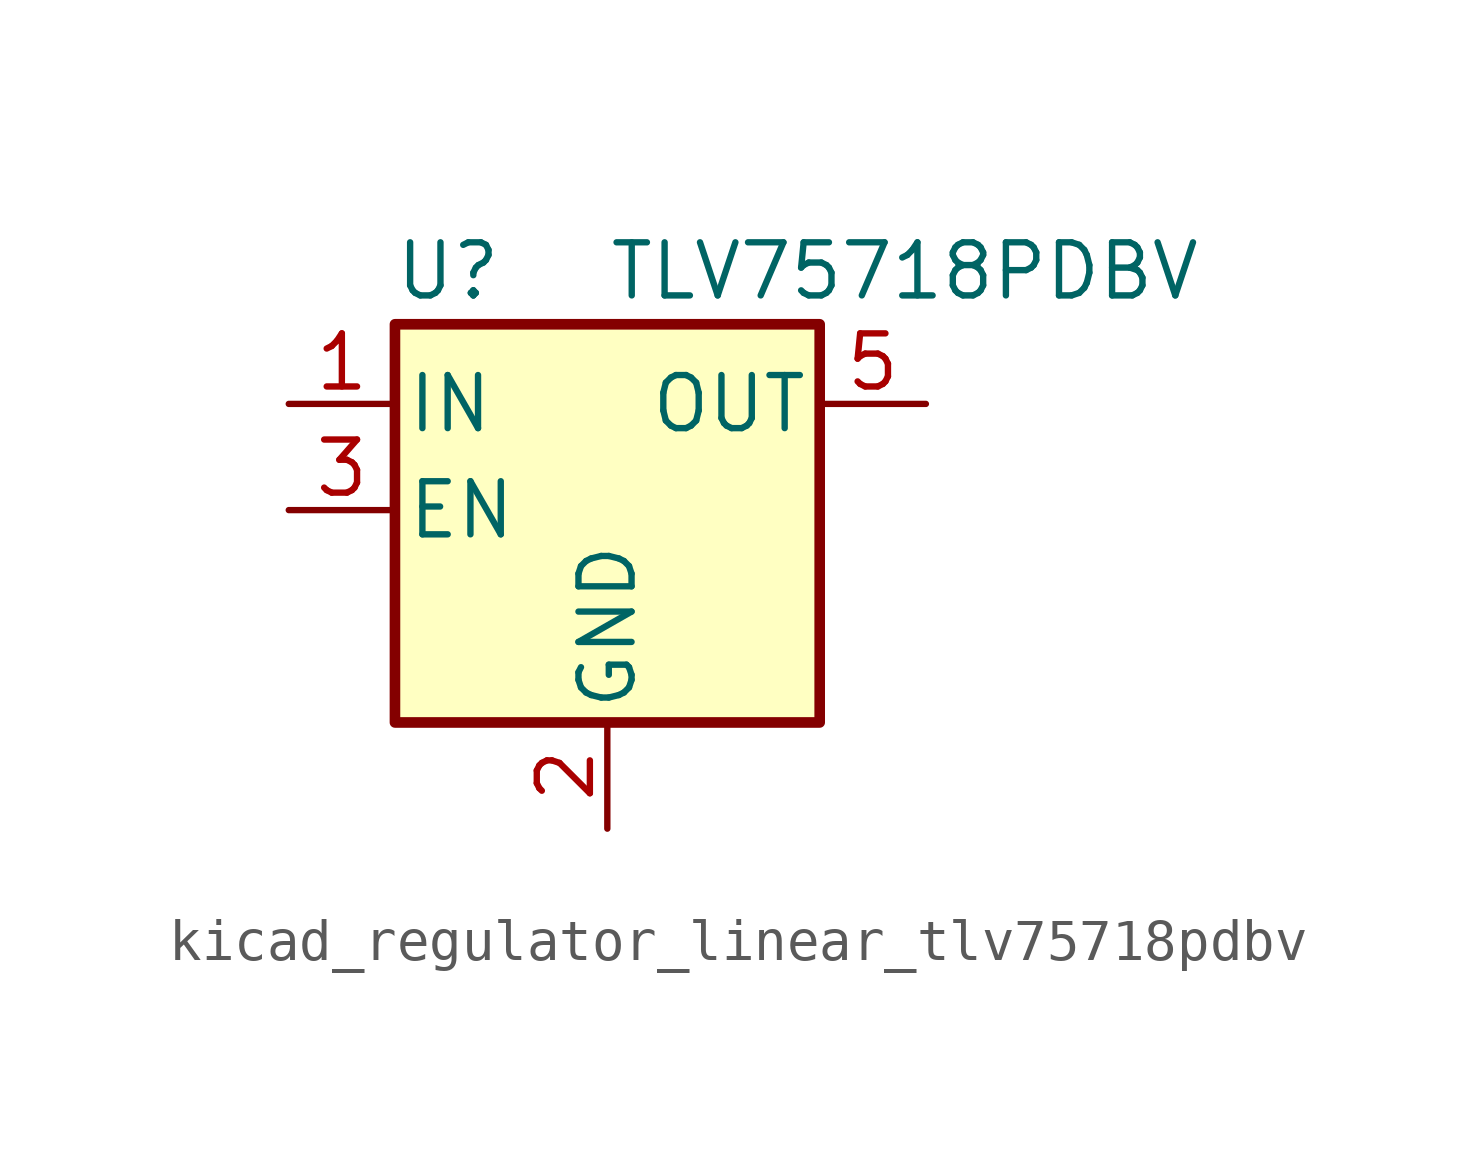
<source format=kicad_sym>
(kicad_symbol_lib
  (version 20220914)
  (generator kicad_symbol_editor)
  (symbol "kicad_regulator_linear_tlv75718pdbv"
    (pin_names
      (offset 0.254))
    (property "Reference" "U"
      (at -3.81 5.715 0)
      (effects (font (size 1.27 1.27))))
    (property "Value" "TLV75718PDBV"
      (at 0 5.715 0)
      (effects (font (size 1.27 1.27)) (justify left)))
    (symbol "kicad_regulator_linear_tlv75718pdbv_0_1"
      (rectangle (start -5.08 4.445) (end 5.08 -5.08) (stroke (width 0.254) (type default)) (fill (type background))))
    (symbol "kicad_regulator_linear_tlv75718pdbv_1_1"
      (pin power_in line (at -7.62 2.54 0) (length 2.54) (name "IN" (effects (font (size 1.27 1.27)))) (number "1" (effects (font (size 1.27 1.27)))))
      (pin power_in line (at 0 -7.62 90) (length 2.54) (name "GND" (effects (font (size 1.27 1.27)))) (number "2" (effects (font (size 1.27 1.27)))))
      (pin input line (at -7.62 0 0) (length 2.54) (name "EN" (effects (font (size 1.27 1.27)))) (number "3" (effects (font (size 1.27 1.27)))))
      (pin no_connect line (at 5.08 0 180) (length 2.54) hide (name "NC" (effects (font (size 1.27 1.27)))) (number "4" (effects (font (size 1.27 1.27)))))
      (pin power_out line (at 7.62 2.54 180) (length 2.54) (name "OUT" (effects (font (size 1.27 1.27)))) (number "5" (effects (font (size 1.27 1.27))))))))
</source>
